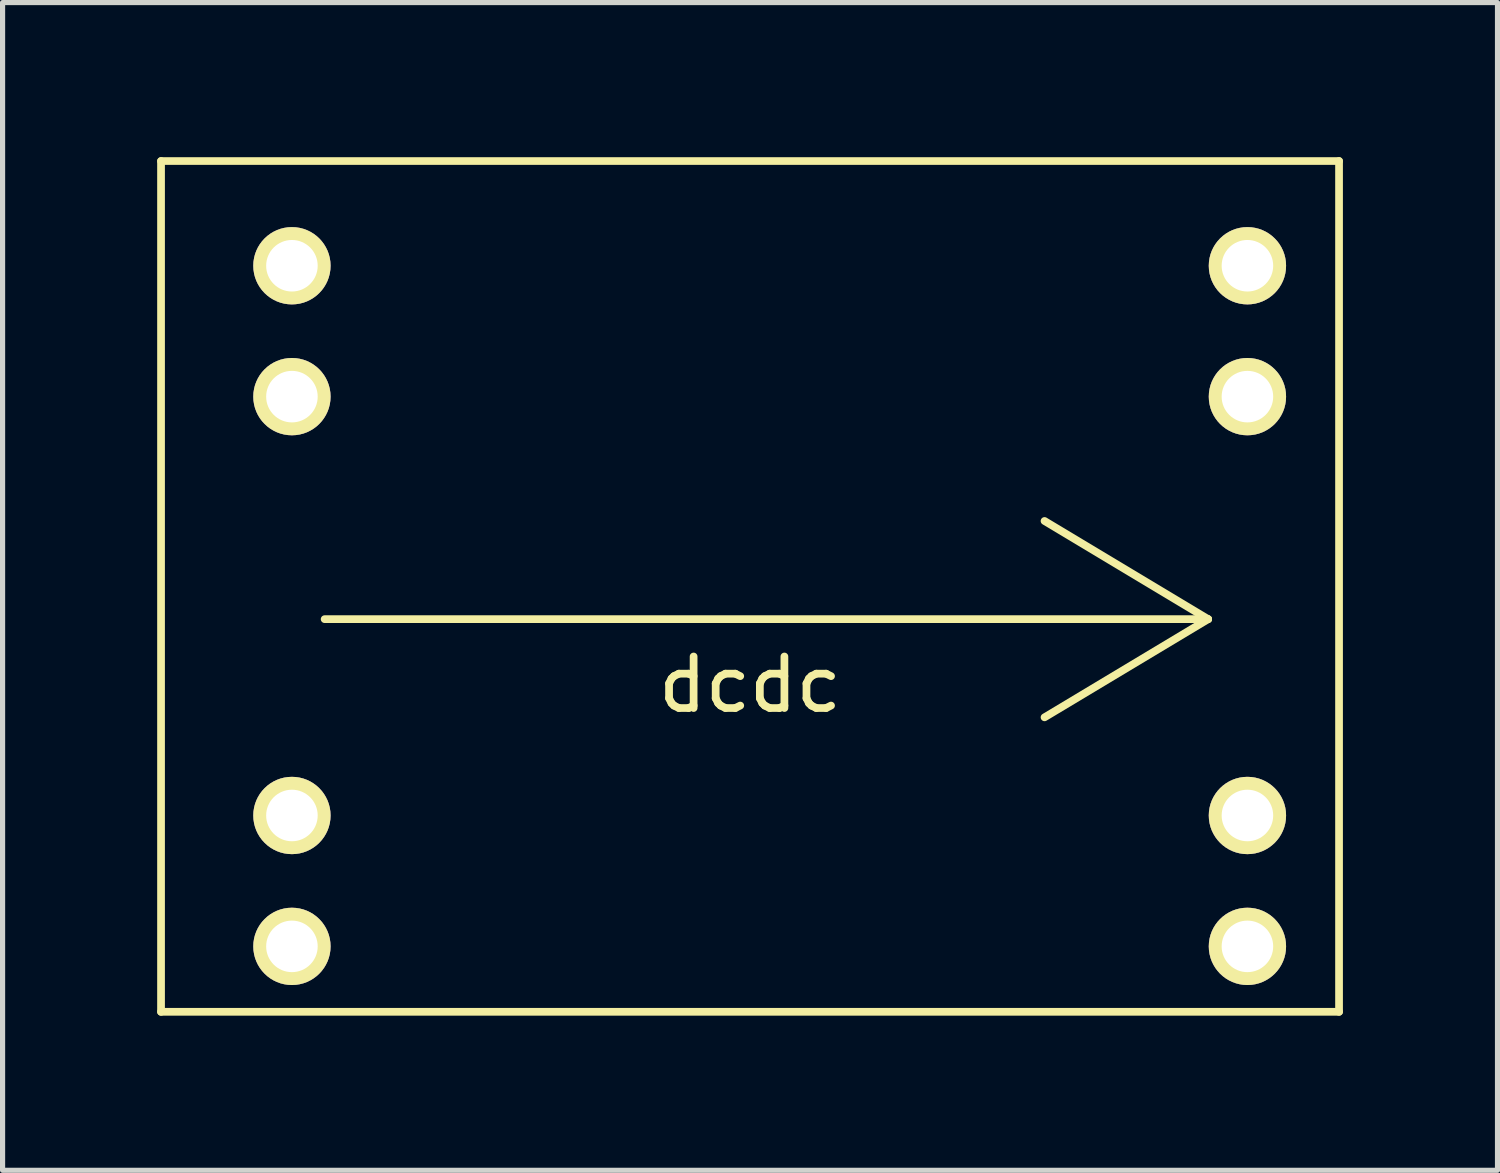
<source format=kicad_pcb>
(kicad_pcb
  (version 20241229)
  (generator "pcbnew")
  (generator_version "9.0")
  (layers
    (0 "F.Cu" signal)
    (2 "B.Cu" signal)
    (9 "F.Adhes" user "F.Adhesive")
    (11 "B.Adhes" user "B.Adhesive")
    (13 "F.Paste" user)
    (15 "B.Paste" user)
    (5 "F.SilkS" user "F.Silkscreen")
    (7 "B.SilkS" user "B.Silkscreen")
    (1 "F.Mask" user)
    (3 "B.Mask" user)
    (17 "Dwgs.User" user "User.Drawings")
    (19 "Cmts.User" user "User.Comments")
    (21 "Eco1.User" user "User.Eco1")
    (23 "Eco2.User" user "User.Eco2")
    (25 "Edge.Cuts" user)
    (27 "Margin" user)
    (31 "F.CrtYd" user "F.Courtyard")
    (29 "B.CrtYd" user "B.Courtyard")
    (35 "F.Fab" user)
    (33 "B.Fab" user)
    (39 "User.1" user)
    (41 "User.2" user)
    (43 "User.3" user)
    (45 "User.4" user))
  (footprint "dcdc"
    (layer "F.Cu")
    (at 2.615 15.315)
    (property "Reference" "dcdc" (at 8.89 -5.08 0) (layer "F.SilkS") (effects (font (size 1 1) (thickness 0.15))))
    (attr through_hole)
    (fp_line (start -2.54 -15.24) (end 20.32 -15.24) (stroke (width 0.15) (type solid)) (layer "F.SilkS"))
    (fp_line (start -2.54 1.27) (end -2.54 -15.24) (stroke (width 0.15) (type solid)) (layer "F.SilkS"))
    (fp_line (start 0.635 -6.35) (end 17.78 -6.35) (stroke (width 0.15) (type solid)) (layer "F.SilkS"))
    (fp_line (start 17.78 -6.35) (end 14.605 -8.255) (stroke (width 0.15) (type solid)) (layer "F.SilkS"))
    (fp_line (start 17.78 -6.35) (end 14.605 -4.445) (stroke (width 0.15) (type solid)) (layer "F.SilkS"))
    (fp_line (start 20.32 -15.24) (end 20.32 1.27) (stroke (width 0.15) (type solid)) (layer "F.SilkS"))
    (fp_line (start 20.32 1.27) (end -2.54 1.27) (stroke (width 0.15) (type solid)) (layer "F.SilkS"))
    (pad "gnd" thru_hole circle (at 0 -13.208) (size 1.5 1.5) (drill 1) (layers "*.Cu" "*.Mask" "F.SilkS"))
    (pad "gnd" thru_hole circle (at 0 -10.668) (size 1.5 1.5) (drill 1) (layers "*.Cu" "*.Mask" "F.SilkS"))
    (pad "gnd" thru_hole circle (at 18.542 -13.208) (size 1.5 1.5) (drill 1) (layers "*.Cu" "*.Mask" "F.SilkS"))
    (pad "gnd" thru_hole circle (at 18.542 -10.668) (size 1.5 1.5) (drill 1) (layers "*.Cu" "*.Mask" "F.SilkS"))
    (pad "in" thru_hole circle (at 0 -2.54) (size 1.5 1.5) (drill 1) (layers "*.Cu" "*.Mask" "F.SilkS"))
    (pad "in" thru_hole circle (at 0 0) (size 1.5 1.5) (drill 1) (layers "*.Cu" "*.Mask" "F.SilkS"))
    (pad "out" thru_hole circle (at 18.542 -2.54) (size 1.5 1.5) (drill 1) (layers "*.Cu" "*.Mask" "F.SilkS"))
    (pad "out" thru_hole circle (at 18.542 0) (size 1.5 1.5) (drill 1) (layers "*.Cu" "*.Mask" "F.SilkS")))
  (gr_rect
    (start -3 -3)
    (end 26.01 19.66)
    (stroke (width 0.1) (type default))
    (fill no)
    (layer "Edge.Cuts")))
</source>
